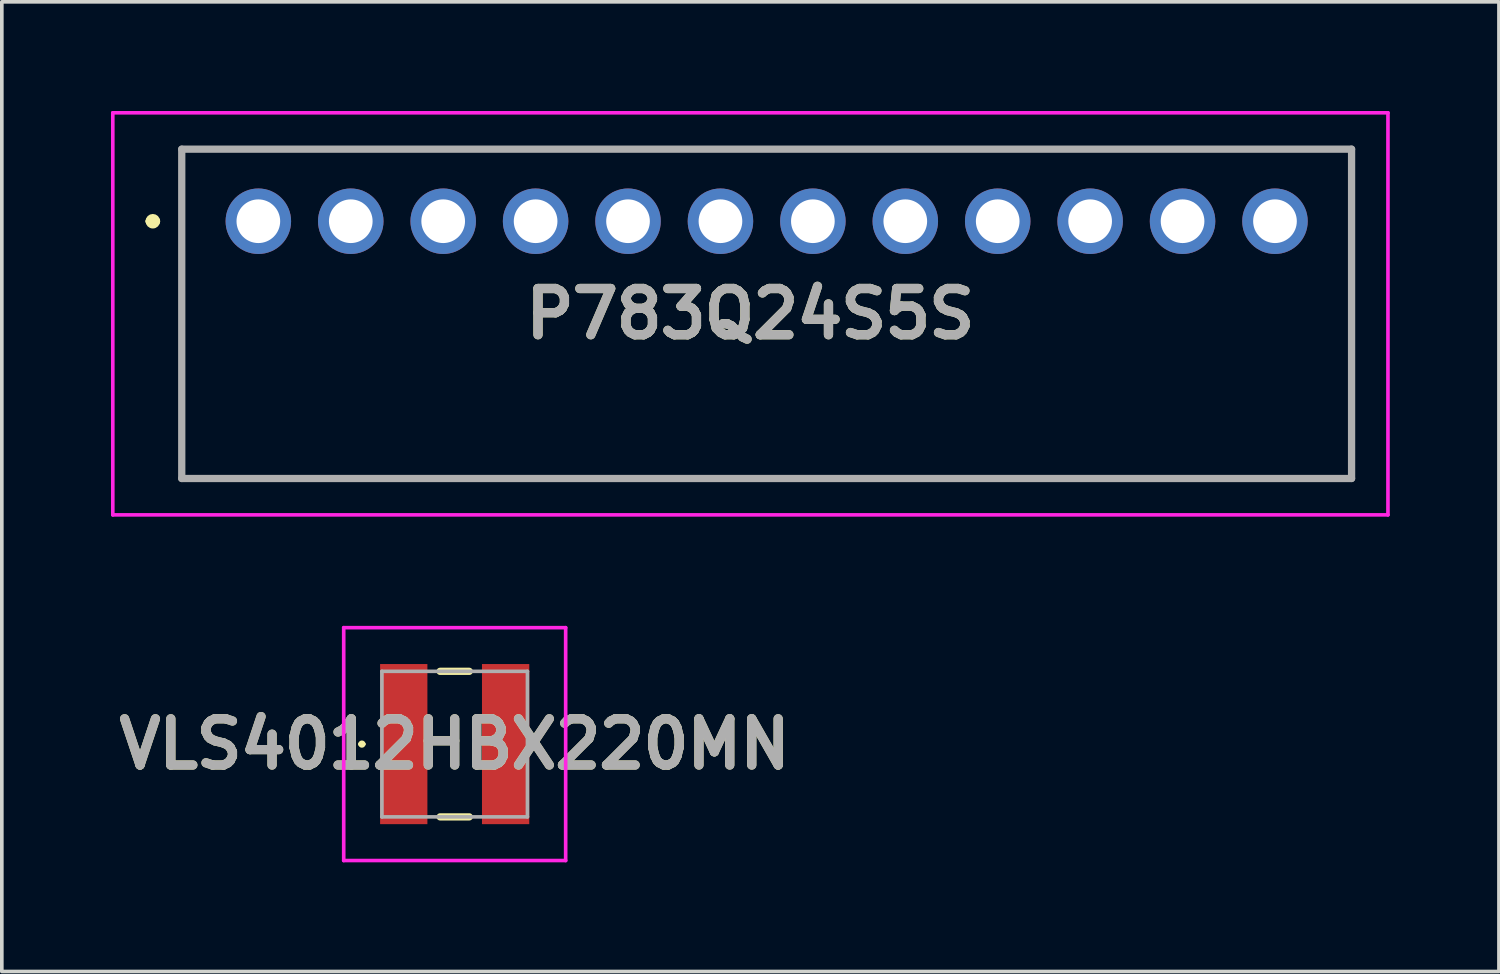
<source format=kicad_pcb>
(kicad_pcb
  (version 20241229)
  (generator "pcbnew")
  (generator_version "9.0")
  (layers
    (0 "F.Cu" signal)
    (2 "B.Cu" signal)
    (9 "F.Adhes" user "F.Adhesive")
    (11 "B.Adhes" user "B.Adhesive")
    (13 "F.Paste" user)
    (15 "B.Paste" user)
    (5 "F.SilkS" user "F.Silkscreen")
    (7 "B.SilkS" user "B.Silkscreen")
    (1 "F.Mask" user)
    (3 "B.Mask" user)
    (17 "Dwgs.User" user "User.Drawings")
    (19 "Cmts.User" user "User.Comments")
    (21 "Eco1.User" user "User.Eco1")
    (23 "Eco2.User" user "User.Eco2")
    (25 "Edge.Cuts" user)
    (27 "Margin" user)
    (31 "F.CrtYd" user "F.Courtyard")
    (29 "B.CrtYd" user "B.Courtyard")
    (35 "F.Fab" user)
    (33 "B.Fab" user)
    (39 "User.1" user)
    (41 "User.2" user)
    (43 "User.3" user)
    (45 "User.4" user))
  (footprint "P783Q24S5S"
    (layer "F.Cu")
    (at 4.05 3.03)
    (property "Reference" "P783Q24S5S" (at 13.522 2.545 0) (layer "F.SilkS") (effects (font (size 1.27 1.27) (thickness 0.254))))
    (attr through_hole)
    (fp_line (start -3 0) (end -3 0) (stroke (width 0.2) (type solid)) (layer "F.SilkS"))
    (fp_line (start -2.8 0) (end -2.8 0) (stroke (width 0.2) (type solid)) (layer "F.SilkS"))
    (fp_line (start -2.105 -1.98) (end -2.105 7.07) (stroke (width 0.1) (type solid)) (layer "F.SilkS"))
    (fp_line (start -2.105 7.07) (end 30.045 7.07) (stroke (width 0.1) (type solid)) (layer "F.SilkS"))
    (fp_line (start 30.045 -1.98) (end -2.105 -1.98) (stroke (width 0.1) (type solid)) (layer "F.SilkS"))
    (fp_line (start 30.045 7.07) (end 30.045 -1.98) (stroke (width 0.1) (type solid)) (layer "F.SilkS"))
    (fp_arc (start -3 0) (mid -2.9 -0.1) (end -2.8 0) (stroke (width 0.2) (type solid)) (layer "F.SilkS"))
    (fp_arc (start -2.8 0) (mid -2.9 0.1) (end -3 0) (stroke (width 0.2) (type solid)) (layer "F.SilkS"))
    (fp_line (start -4 -2.98) (end -4 8.07) (stroke (width 0.1) (type solid)) (layer "F.CrtYd"))
    (fp_line (start -4 8.07) (end 31.045 8.07) (stroke (width 0.1) (type solid)) (layer "F.CrtYd"))
    (fp_line (start 31.045 -2.98) (end -4 -2.98) (stroke (width 0.1) (type solid)) (layer "F.CrtYd"))
    (fp_line (start 31.045 8.07) (end 31.045 -2.98) (stroke (width 0.1) (type solid)) (layer "F.CrtYd"))
    (fp_line (start -2.105 -1.98) (end -2.105 7.07) (stroke (width 0.2) (type solid)) (layer "F.Fab"))
    (fp_line (start -2.105 7.07) (end 30.045 7.07) (stroke (width 0.2) (type solid)) (layer "F.Fab"))
    (fp_line (start 30.045 -1.98) (end -2.105 -1.98) (stroke (width 0.2) (type solid)) (layer "F.Fab"))
    (fp_line (start 30.045 7.07) (end 30.045 -1.98) (stroke (width 0.2) (type solid)) (layer "F.Fab"))
    (fp_text user "${REFERENCE}" (at 13.522 2.545 0) (layer "F.Fab") (effects (font (size 1.27 1.27) (thickness 0.254))))
    (pad "1" thru_hole circle (at 0 0) (size 1.8 1.8) (drill 1.2) (layers "*.Cu" "*.Mask"))
    (pad "2" thru_hole circle (at 2.54 0) (size 1.8 1.8) (drill 1.2) (layers "*.Cu" "*.Mask"))
    (pad "3" thru_hole circle (at 5.08 0) (size 1.8 1.8) (drill 1.2) (layers "*.Cu" "*.Mask"))
    (pad "4" thru_hole circle (at 7.62 0) (size 1.8 1.8) (drill 1.2) (layers "*.Cu" "*.Mask"))
    (pad "5" thru_hole circle (at 10.16 0) (size 1.8 1.8) (drill 1.2) (layers "*.Cu" "*.Mask"))
    (pad "6" thru_hole circle (at 12.7 0) (size 1.8 1.8) (drill 1.2) (layers "*.Cu" "*.Mask"))
    (pad "7" thru_hole circle (at 15.24 0) (size 1.8 1.8) (drill 1.2) (layers "*.Cu" "*.Mask"))
    (pad "8" thru_hole circle (at 17.78 0) (size 1.8 1.8) (drill 1.2) (layers "*.Cu" "*.Mask"))
    (pad "9" thru_hole circle (at 20.32 0) (size 1.8 1.8) (drill 1.2) (layers "*.Cu" "*.Mask"))
    (pad "10" thru_hole circle (at 22.86 0) (size 1.8 1.8) (drill 1.2) (layers "*.Cu" "*.Mask"))
    (pad "11" thru_hole circle (at 25.4 0) (size 1.8 1.8) (drill 1.2) (layers "*.Cu" "*.Mask"))
    (pad "12" thru_hole circle (at 27.94 0) (size 1.8 1.8) (drill 1.2) (layers "*.Cu" "*.Mask")))
  (footprint "VLS4012HBX220MN"
    (layer "F.Cu")
    (at 9.446 17.4)
    (property "Reference" "VLS4012HBX220MN" (at 0 0 0) (layer "F.SilkS") (effects (font (size 1.27 1.27) (thickness 0.254))))
    (attr smd)
    (fp_line (start -2.6 0) (end -2.6 0) (stroke (width 0.1) (type solid)) (layer "F.SilkS"))
    (fp_line (start -2.5 0) (end -2.5 0) (stroke (width 0.1) (type solid)) (layer "F.SilkS"))
    (fp_line (start -0.4 -2) (end 0.4 -2) (stroke (width 0.2) (type solid)) (layer "F.SilkS"))
    (fp_line (start -0.4 2) (end 0.4 2) (stroke (width 0.2) (type solid)) (layer "F.SilkS"))
    (fp_arc (start -2.6 0) (mid -2.55 -0.05) (end -2.5 0) (stroke (width 0.1) (type solid)) (layer "F.SilkS"))
    (fp_arc (start -2.5 0) (mid -2.55 0.05) (end -2.6 0) (stroke (width 0.1) (type solid)) (layer "F.SilkS"))
    (fp_line (start -3.05 -3.2) (end 3.05 -3.2) (stroke (width 0.1) (type solid)) (layer "F.CrtYd"))
    (fp_line (start -3.05 3.2) (end -3.05 -3.2) (stroke (width 0.1) (type solid)) (layer "F.CrtYd"))
    (fp_line (start 3.05 -3.2) (end 3.05 3.2) (stroke (width 0.1) (type solid)) (layer "F.CrtYd"))
    (fp_line (start 3.05 3.2) (end -3.05 3.2) (stroke (width 0.1) (type solid)) (layer "F.CrtYd"))
    (fp_line (start -2 -2) (end 2 -2) (stroke (width 0.1) (type solid)) (layer "F.Fab"))
    (fp_line (start -2 2) (end -2 -2) (stroke (width 0.1) (type solid)) (layer "F.Fab"))
    (fp_line (start 2 -2) (end 2 2) (stroke (width 0.1) (type solid)) (layer "F.Fab"))
    (fp_line (start 2 2) (end -2 2) (stroke (width 0.1) (type solid)) (layer "F.Fab"))
    (fp_text user "${REFERENCE}" (at 0 0 0) (layer "F.Fab") (effects (font (size 1.27 1.27) (thickness 0.254))))
    (pad "1" smd rect (at -1.4 0) (size 1.3 4.4) (layers "F.Cu" "F.Mask" "F.Paste"))
    (pad "2" smd rect (at 1.4 0) (size 1.3 4.4) (layers "F.Cu" "F.Mask" "F.Paste")))
  (gr_rect
    (start -3 -3)
    (end 38.145 23.65)
    (stroke (width 0.1) (type default))
    (fill no)
    (layer "Edge.Cuts")))
</source>
